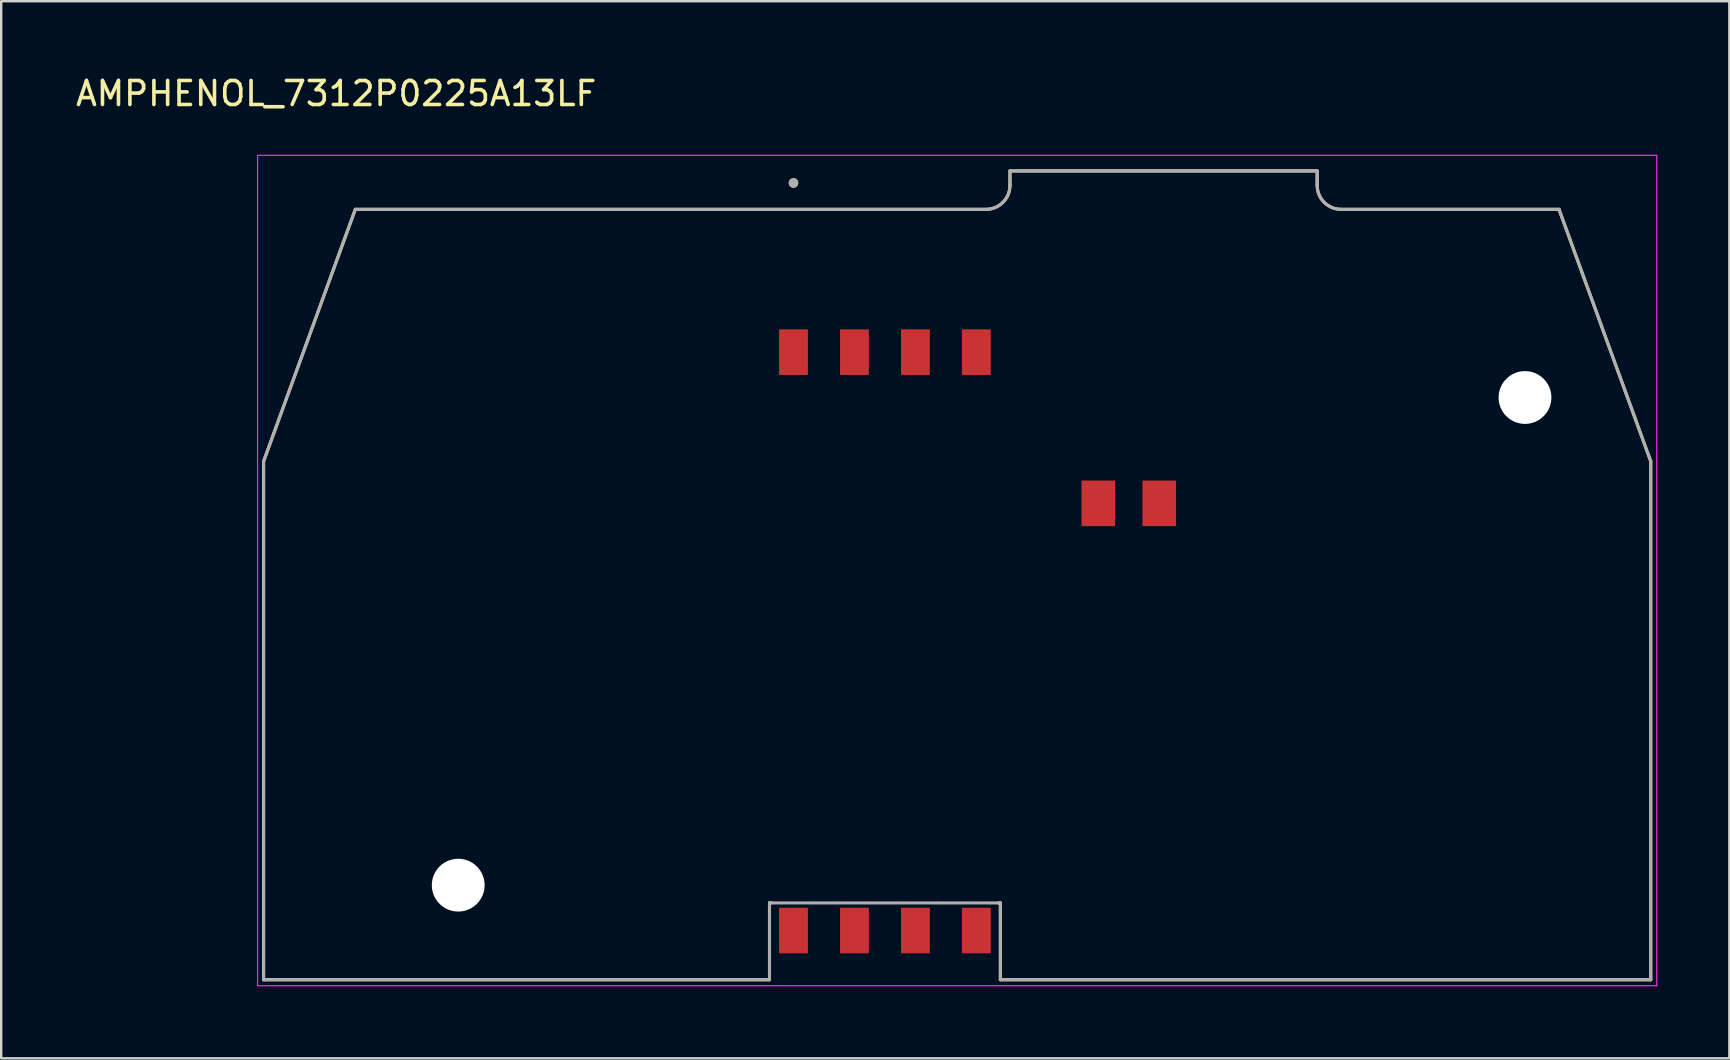
<source format=kicad_pcb>
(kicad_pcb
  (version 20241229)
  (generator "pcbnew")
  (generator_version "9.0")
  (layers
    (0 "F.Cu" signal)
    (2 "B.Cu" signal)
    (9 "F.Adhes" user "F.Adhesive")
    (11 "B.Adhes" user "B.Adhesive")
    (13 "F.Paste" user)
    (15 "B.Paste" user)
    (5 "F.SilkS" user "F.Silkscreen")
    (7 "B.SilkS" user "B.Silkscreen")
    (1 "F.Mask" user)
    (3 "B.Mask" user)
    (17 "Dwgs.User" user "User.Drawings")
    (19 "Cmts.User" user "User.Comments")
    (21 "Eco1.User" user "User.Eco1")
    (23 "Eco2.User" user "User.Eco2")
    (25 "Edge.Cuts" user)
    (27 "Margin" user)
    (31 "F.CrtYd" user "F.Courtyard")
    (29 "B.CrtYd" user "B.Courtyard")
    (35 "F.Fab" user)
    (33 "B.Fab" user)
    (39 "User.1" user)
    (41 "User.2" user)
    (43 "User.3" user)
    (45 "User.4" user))
  (footprint "AMPHENOL_7312P0225A13LF"
    (layer "F.Cu")
    (at 36.833 23.673)
    (property "Reference" "AMPHENOL_7312P0225A13LF" (at -25.875 -22.825 0) (layer "F.SilkS") (effects (font (size 1 1) (thickness 0.15))))
    (attr smd)
    (fp_line (start -28.9 -7.5) (end -28.9 14.1) (stroke (width 0.127) (type solid)) (layer "F.SilkS"))
    (fp_line (start -28.9 -7.5) (end -25.078 -18) (stroke (width 0.127) (type solid)) (layer "F.SilkS"))
    (fp_line (start -28.9 14.1) (end -7.82 14.1) (stroke (width 0.127) (type solid)) (layer "F.SilkS"))
    (fp_line (start -7.82 10.9) (end -7.82 14.1) (stroke (width 0.127) (type solid)) (layer "F.SilkS"))
    (fp_line (start -7.82 10.9) (end -7.74 10.9) (stroke (width 0.127) (type solid)) (layer "F.SilkS"))
    (fp_line (start 1.2 -18) (end -25.078 -18) (stroke (width 0.127) (type solid)) (layer "F.SilkS"))
    (fp_line (start 1.72 10.9) (end 1.8 10.9) (stroke (width 0.127) (type solid)) (layer "F.SilkS"))
    (fp_line (start 1.8 14.1) (end 1.8 10.9) (stroke (width 0.127) (type solid)) (layer "F.SilkS"))
    (fp_line (start 1.8 14.1) (end 28.9 14.1) (stroke (width 0.127) (type solid)) (layer "F.SilkS"))
    (fp_line (start 2.2 -19.6) (end 2.2 -19) (stroke (width 0.127) (type solid)) (layer "F.SilkS"))
    (fp_line (start 2.2 -19.6) (end 15 -19.6) (stroke (width 0.127) (type solid)) (layer "F.SilkS"))
    (fp_line (start 15 -19.6) (end 15 -19) (stroke (width 0.127) (type solid)) (layer "F.SilkS"))
    (fp_line (start 16 -18) (end 25.078 -18) (stroke (width 0.127) (type solid)) (layer "F.SilkS"))
    (fp_line (start 28.9 -7.5) (end 25.078 -18) (stroke (width 0.127) (type solid)) (layer "F.SilkS"))
    (fp_line (start 28.9 14.1) (end 28.9 -7.5) (stroke (width 0.127) (type solid)) (layer "F.SilkS"))
    (fp_arc (start 2.2 -19) (mid 1.907107 -18.292893) (end 1.2 -18) (stroke (width 0.127) (type solid)) (layer "F.SilkS"))
    (fp_arc (start 16 -18) (mid 15.292893 -18.292893) (end 15 -19) (stroke (width 0.127) (type solid)) (layer "F.SilkS"))
    (fp_circle (center -6.82 -19.1) (end -6.72 -19.1) (stroke (width 0.2) (type solid)) (fill no) (layer "F.SilkS"))
    (fp_line (start -29.15 -20.25) (end -29.15 14.35) (stroke (width 0.05) (type solid)) (layer "F.CrtYd"))
    (fp_line (start -29.15 14.35) (end 29.15 14.35) (stroke (width 0.05) (type solid)) (layer "F.CrtYd"))
    (fp_line (start 29.15 -20.25) (end -29.15 -20.25) (stroke (width 0.05) (type solid)) (layer "F.CrtYd"))
    (fp_line (start 29.15 14.35) (end 29.15 -20.25) (stroke (width 0.05) (type solid)) (layer "F.CrtYd"))
    (fp_line (start -28.9 -7.5) (end -28.9 14.1) (stroke (width 0.127) (type solid)) (layer "F.Fab"))
    (fp_line (start -28.9 -7.5) (end -25.078 -18) (stroke (width 0.127) (type solid)) (layer "F.Fab"))
    (fp_line (start -28.9 14.1) (end -7.82 14.1) (stroke (width 0.127) (type solid)) (layer "F.Fab"))
    (fp_line (start -7.82 10.9) (end -7.82 14.1) (stroke (width 0.127) (type solid)) (layer "F.Fab"))
    (fp_line (start -7.82 10.9) (end 1.8 10.9) (stroke (width 0.127) (type solid)) (layer "F.Fab"))
    (fp_line (start 1.2 -18) (end -25.078 -18) (stroke (width 0.127) (type solid)) (layer "F.Fab"))
    (fp_line (start 1.8 14.1) (end 1.8 10.9) (stroke (width 0.127) (type solid)) (layer "F.Fab"))
    (fp_line (start 1.8 14.1) (end 28.9 14.1) (stroke (width 0.127) (type solid)) (layer "F.Fab"))
    (fp_line (start 2.2 -19.6) (end 2.2 -19) (stroke (width 0.127) (type solid)) (layer "F.Fab"))
    (fp_line (start 2.2 -19.6) (end 15 -19.6) (stroke (width 0.127) (type solid)) (layer "F.Fab"))
    (fp_line (start 15 -19.6) (end 15 -19) (stroke (width 0.127) (type solid)) (layer "F.Fab"))
    (fp_line (start 16 -18) (end 25.078 -18) (stroke (width 0.127) (type solid)) (layer "F.Fab"))
    (fp_line (start 28.9 -7.5) (end 25.078 -18) (stroke (width 0.127) (type solid)) (layer "F.Fab"))
    (fp_line (start 28.9 14.1) (end 28.9 -7.5) (stroke (width 0.127) (type solid)) (layer "F.Fab"))
    (fp_arc (start 2.2 -19) (mid 1.907107 -18.292893) (end 1.2 -18) (stroke (width 0.127) (type solid)) (layer "F.Fab"))
    (fp_arc (start 16 -18) (mid 15.292893 -18.292893) (end 15 -19) (stroke (width 0.127) (type solid)) (layer "F.Fab"))
    (fp_circle (center -6.82 -19.1) (end -6.72 -19.1) (stroke (width 0.2) (type solid)) (fill no) (layer "F.Fab"))
    (pad "" np_thru_hole circle (at -20.79 10.16) (size 2.2 2.2) (drill 2.2) (layers "*.Cu" "*.Mask"))
    (pad "" np_thru_hole circle (at 23.66 -10.16) (size 2.2 2.2) (drill 2.2) (layers "*.Cu" "*.Mask"))
    (pad "C1" smd rect (at -6.82 -12.05) (size 1.2 1.9) (layers "F.Cu" "F.Mask" "F.Paste"))
    (pad "C2" smd rect (at -4.28 -12.05) (size 1.2 1.9) (layers "F.Cu" "F.Mask" "F.Paste"))
    (pad "C3" smd rect (at -1.74 -12.05) (size 1.2 1.9) (layers "F.Cu" "F.Mask" "F.Paste"))
    (pad "C4" smd rect (at 0.8 -12.05) (size 1.2 1.9) (layers "F.Cu" "F.Mask" "F.Paste"))
    (pad "C5" smd rect (at -6.82 12.05) (size 1.2 1.9) (layers "F.Cu" "F.Mask" "F.Paste"))
    (pad "C6" smd rect (at -4.28 12.05) (size 1.2 1.9) (layers "F.Cu" "F.Mask" "F.Paste"))
    (pad "C7" smd rect (at -1.74 12.05) (size 1.2 1.9) (layers "F.Cu" "F.Mask" "F.Paste"))
    (pad "C8" smd rect (at 0.8 12.05) (size 1.2 1.9) (layers "F.Cu" "F.Mask" "F.Paste"))
    (pad "COM" smd rect (at 8.42 -5.75) (size 1.4 1.9) (layers "F.Cu" "F.Mask" "F.Paste"))
    (pad "NO" smd rect (at 5.88 -5.75) (size 1.4 1.9) (layers "F.Cu" "F.Mask" "F.Paste")))
  (gr_rect
    (start -3 -3)
    (end 69.008 41.048)
    (stroke (width 0.1) (type default))
    (fill no)
    (layer "Edge.Cuts")))
</source>
